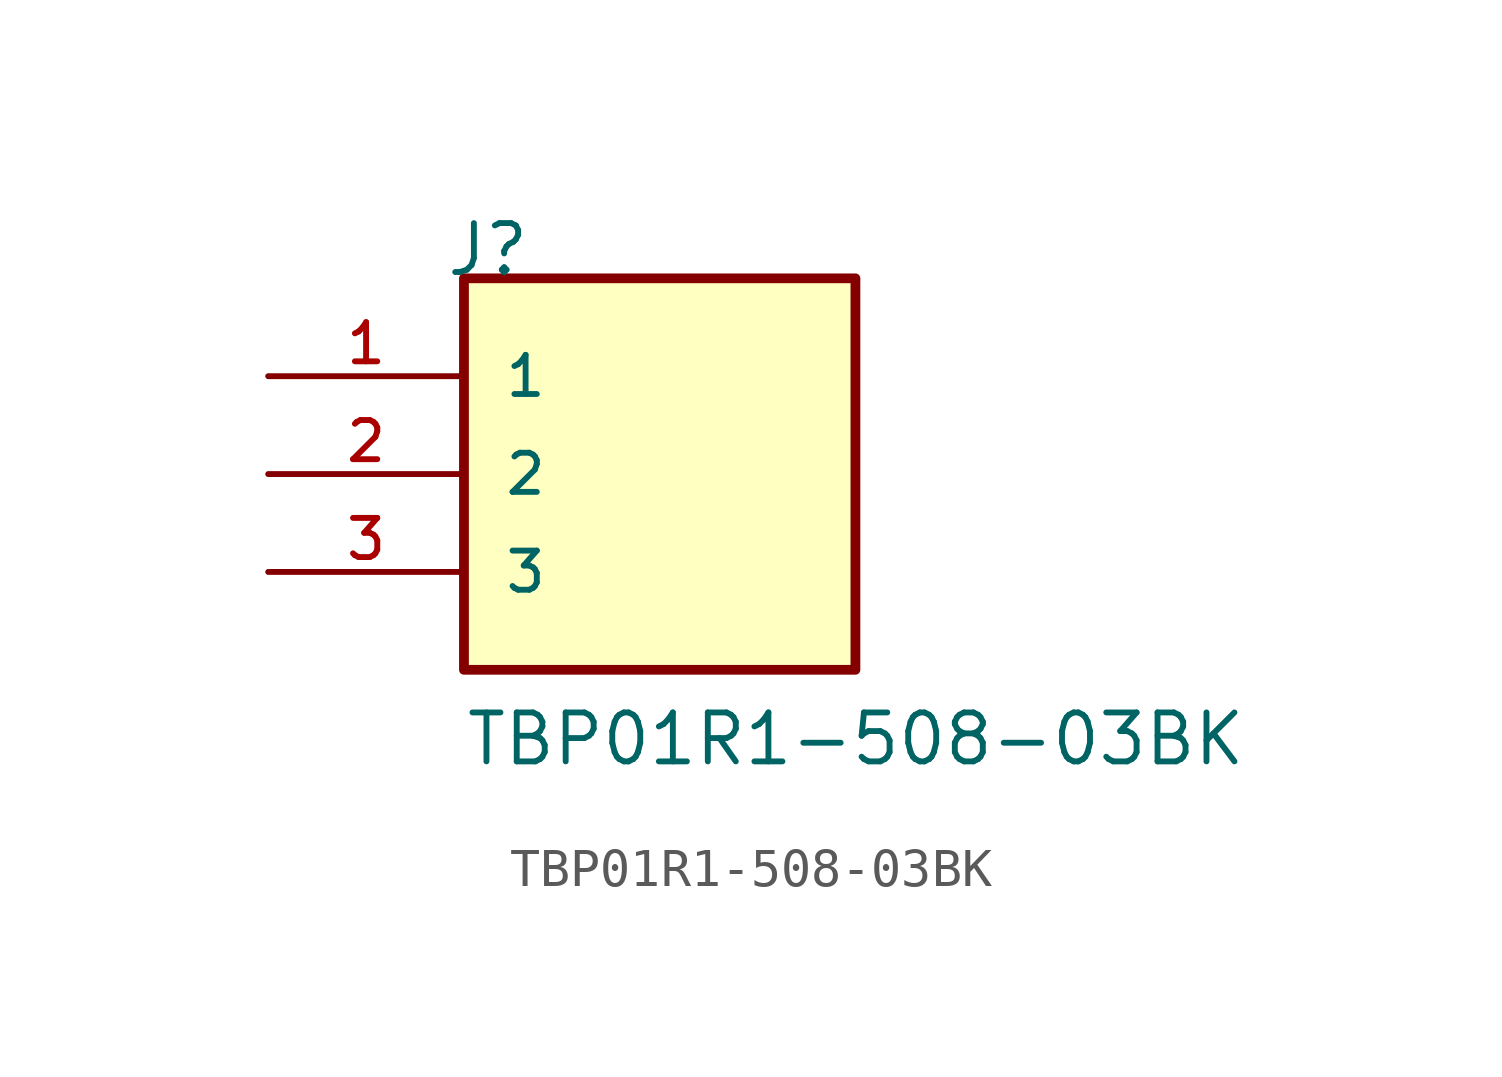
<source format=kicad_sym>
(kicad_symbol_lib
  (version 20220914)
  (generator kicad_symbol_editor)
  (symbol "TBP01R1-508-03BK"
    (pin_names
      (offset 1.016))
    (property "Reference" "J"
      (at -5.588 5.08 0)
      (effects (font (size 1.27 1.27)) (justify left bottom)))
    (property "Value" "TBP01R1-508-03BK"
      (at -5.08 -7.62 0)
      (effects (font (size 1.27 1.27)) (justify left bottom)))
    (property "ki_locked" ""
      (at 0 0 0)
      (effects (font (size 1.27 1.27))))
    (symbol "TBP01R1-508-03BK_0_0"
      (rectangle (start -5.08 -5.08) (end 5.08 5.08) (stroke (width 0.254) (type solid)) (fill (type background)))
      (pin passive line (at -10.16 2.54 0) (length 5.08) (name "1" (effects (font (size 1.016 1.016)))) (number "1" (effects (font (size 1.016 1.016)))))
      (pin passive line (at -10.16 0 0) (length 5.08) (name "2" (effects (font (size 1.016 1.016)))) (number "2" (effects (font (size 1.016 1.016)))))
      (pin passive line (at -10.16 -2.54 0) (length 5.08) (name "3" (effects (font (size 1.016 1.016)))) (number "3" (effects (font (size 1.016 1.016))))))))
</source>
